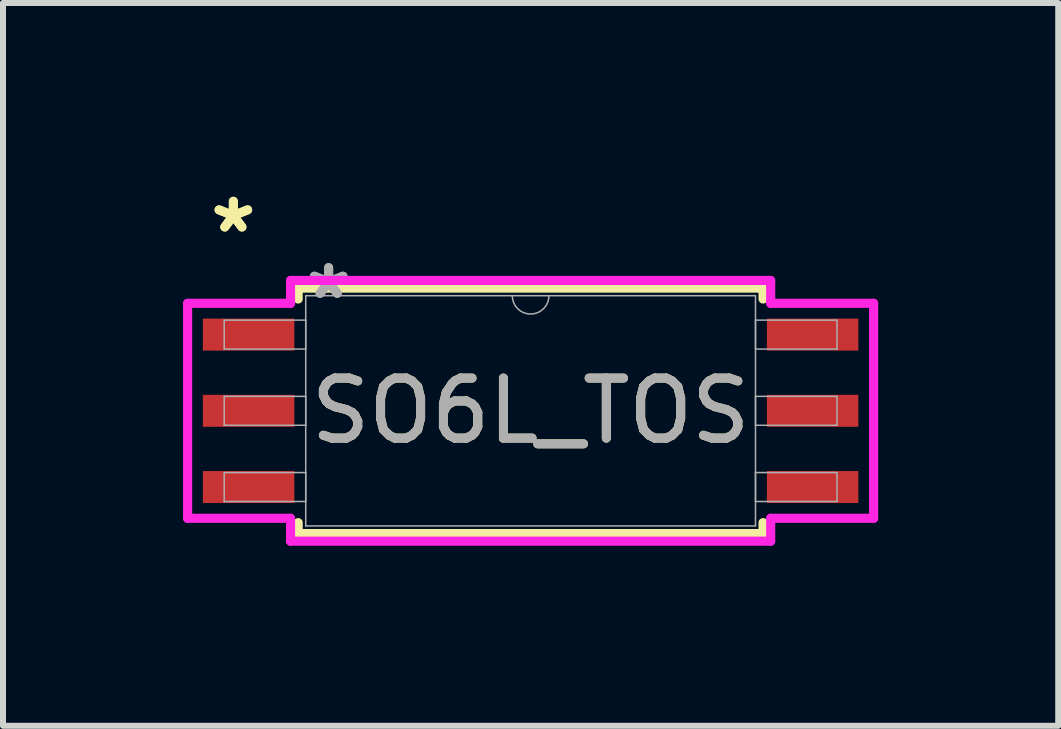
<source format=kicad_pcb>
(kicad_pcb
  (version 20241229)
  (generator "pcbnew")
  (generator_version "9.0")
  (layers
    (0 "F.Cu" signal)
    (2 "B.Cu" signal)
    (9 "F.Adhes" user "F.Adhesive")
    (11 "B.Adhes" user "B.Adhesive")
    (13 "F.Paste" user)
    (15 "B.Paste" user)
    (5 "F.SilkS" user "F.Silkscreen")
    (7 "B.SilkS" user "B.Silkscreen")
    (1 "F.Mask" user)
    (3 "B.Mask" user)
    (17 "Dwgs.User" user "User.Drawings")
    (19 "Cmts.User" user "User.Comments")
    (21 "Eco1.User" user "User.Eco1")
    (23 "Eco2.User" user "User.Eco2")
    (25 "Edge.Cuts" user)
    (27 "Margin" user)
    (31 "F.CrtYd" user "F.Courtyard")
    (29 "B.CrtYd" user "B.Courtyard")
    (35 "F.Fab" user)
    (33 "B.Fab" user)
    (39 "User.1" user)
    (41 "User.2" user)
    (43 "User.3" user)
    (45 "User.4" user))
  (footprint "SO6L_TOS"
    (layer "F.Cu")
    (at 5.791 3.795)
    (property "Reference" "SO6L_TOS" (at 0 0 0) (unlocked yes) (layer "F.SilkS") (effects (font (size 1 1) (thickness 0.15))))
    (attr smd)
    (fp_line (start -3.873 -2.045) (end -3.873 -1.863) (stroke (width 0.152) (type solid)) (layer "F.SilkS"))
    (fp_line (start -3.873 1.863) (end -3.873 2.045) (stroke (width 0.152) (type solid)) (layer "F.SilkS"))
    (fp_line (start -3.873 2.045) (end 3.873 2.045) (stroke (width 0.152) (type solid)) (layer "F.SilkS"))
    (fp_line (start 3.873 -2.045) (end -3.873 -2.045) (stroke (width 0.152) (type solid)) (layer "F.SilkS"))
    (fp_line (start 3.873 -1.863) (end 3.873 -2.045) (stroke (width 0.152) (type solid)) (layer "F.SilkS"))
    (fp_line (start 3.873 2.045) (end 3.873 1.863) (stroke (width 0.152) (type solid)) (layer "F.SilkS"))
    (fp_line (start -5.715 -1.791) (end -4 -1.791) (stroke (width 0.152) (type solid)) (layer "F.CrtYd"))
    (fp_line (start -5.715 1.791) (end -5.715 -1.791) (stroke (width 0.152) (type solid)) (layer "F.CrtYd"))
    (fp_line (start -5.715 1.791) (end -4 1.791) (stroke (width 0.152) (type solid)) (layer "F.CrtYd"))
    (fp_line (start -4 -2.172) (end 4 -2.172) (stroke (width 0.152) (type solid)) (layer "F.CrtYd"))
    (fp_line (start -4 -1.791) (end -4 -2.172) (stroke (width 0.152) (type solid)) (layer "F.CrtYd"))
    (fp_line (start -4 2.172) (end -4 1.791) (stroke (width 0.152) (type solid)) (layer "F.CrtYd"))
    (fp_line (start 4 -2.172) (end 4 -1.791) (stroke (width 0.152) (type solid)) (layer "F.CrtYd"))
    (fp_line (start 4 1.791) (end 4 2.172) (stroke (width 0.152) (type solid)) (layer "F.CrtYd"))
    (fp_line (start 4 2.172) (end -4 2.172) (stroke (width 0.152) (type solid)) (layer "F.CrtYd"))
    (fp_line (start 5.715 -1.791) (end 4 -1.791) (stroke (width 0.152) (type solid)) (layer "F.CrtYd"))
    (fp_line (start 5.715 -1.791) (end 5.715 1.791) (stroke (width 0.152) (type solid)) (layer "F.CrtYd"))
    (fp_line (start 5.715 1.791) (end 4 1.791) (stroke (width 0.152) (type solid)) (layer "F.CrtYd"))
    (fp_line (start -5.105 -1.511) (end -5.105 -1.029) (stroke (width 0.025) (type solid)) (layer "F.Fab"))
    (fp_line (start -5.105 -1.029) (end -3.747 -1.029) (stroke (width 0.025) (type solid)) (layer "F.Fab"))
    (fp_line (start -5.105 -0.241) (end -5.105 0.241) (stroke (width 0.025) (type solid)) (layer "F.Fab"))
    (fp_line (start -5.105 0.241) (end -3.747 0.241) (stroke (width 0.025) (type solid)) (layer "F.Fab"))
    (fp_line (start -5.105 1.029) (end -5.105 1.511) (stroke (width 0.025) (type solid)) (layer "F.Fab"))
    (fp_line (start -5.105 1.511) (end -3.747 1.511) (stroke (width 0.025) (type solid)) (layer "F.Fab"))
    (fp_line (start -3.747 -1.918) (end -3.747 1.918) (stroke (width 0.025) (type solid)) (layer "F.Fab"))
    (fp_line (start -3.747 -1.511) (end -5.105 -1.511) (stroke (width 0.025) (type solid)) (layer "F.Fab"))
    (fp_line (start -3.747 -1.029) (end -3.747 -1.511) (stroke (width 0.025) (type solid)) (layer "F.Fab"))
    (fp_line (start -3.747 -0.241) (end -5.105 -0.241) (stroke (width 0.025) (type solid)) (layer "F.Fab"))
    (fp_line (start -3.747 0.241) (end -3.747 -0.241) (stroke (width 0.025) (type solid)) (layer "F.Fab"))
    (fp_line (start -3.747 1.029) (end -5.105 1.029) (stroke (width 0.025) (type solid)) (layer "F.Fab"))
    (fp_line (start -3.747 1.511) (end -3.747 1.029) (stroke (width 0.025) (type solid)) (layer "F.Fab"))
    (fp_line (start -3.747 1.918) (end 3.747 1.918) (stroke (width 0.025) (type solid)) (layer "F.Fab"))
    (fp_line (start 3.747 -1.918) (end -3.747 -1.918) (stroke (width 0.025) (type solid)) (layer "F.Fab"))
    (fp_line (start 3.747 -1.511) (end 3.747 -1.029) (stroke (width 0.025) (type solid)) (layer "F.Fab"))
    (fp_line (start 3.747 -1.029) (end 5.105 -1.029) (stroke (width 0.025) (type solid)) (layer "F.Fab"))
    (fp_line (start 3.747 -0.241) (end 3.747 0.241) (stroke (width 0.025) (type solid)) (layer "F.Fab"))
    (fp_line (start 3.747 0.241) (end 5.105 0.241) (stroke (width 0.025) (type solid)) (layer "F.Fab"))
    (fp_line (start 3.747 1.029) (end 3.747 1.511) (stroke (width 0.025) (type solid)) (layer "F.Fab"))
    (fp_line (start 3.747 1.511) (end 5.105 1.511) (stroke (width 0.025) (type solid)) (layer "F.Fab"))
    (fp_line (start 3.747 1.918) (end 3.747 -1.918) (stroke (width 0.025) (type solid)) (layer "F.Fab"))
    (fp_line (start 5.105 -1.511) (end 3.747 -1.511) (stroke (width 0.025) (type solid)) (layer "F.Fab"))
    (fp_line (start 5.105 -1.029) (end 5.105 -1.511) (stroke (width 0.025) (type solid)) (layer "F.Fab"))
    (fp_line (start 5.105 -0.241) (end 3.747 -0.241) (stroke (width 0.025) (type solid)) (layer "F.Fab"))
    (fp_line (start 5.105 0.241) (end 5.105 -0.241) (stroke (width 0.025) (type solid)) (layer "F.Fab"))
    (fp_line (start 5.105 1.029) (end 3.747 1.029) (stroke (width 0.025) (type solid)) (layer "F.Fab"))
    (fp_line (start 5.105 1.511) (end 5.105 1.029) (stroke (width 0.025) (type solid)) (layer "F.Fab"))
    (fp_arc (start 0.3048 -1.9177) (mid 0 -1.6129) (end -0.3048 -1.9177) (stroke (width 0.0254) (type solid)) (layer "F.Fab"))
    (fp_text user "*" (at -4.953 -2.946 0) (unlocked yes) (layer "F.SilkS") (effects (font (size 1 1) (thickness 0.15))))
    (fp_text user "*" (at -4.953 -2.946 0) (layer "F.SilkS") (effects (font (size 1 1) (thickness 0.15))))
    (fp_text user "${REFERENCE}" (at 0 0 0) (unlocked yes) (layer "F.Fab") (effects (font (size 1 1) (thickness 0.15))))
    (fp_text user "*" (at -3.365 -1.841 0) (unlocked yes) (layer "F.Fab") (effects (font (size 1 1) (thickness 0.15))))
    (fp_text user "*" (at -3.365 -1.841 0) (layer "F.Fab") (effects (font (size 1 1) (thickness 0.15))))
    (pad "1" smd rect (at -4.699 -1.27) (size 1.524 0.533) (layers "F.Cu" "F.Mask" "F.Paste"))
    (pad "2" smd rect (at -4.699 0) (size 1.524 0.533) (layers "F.Cu" "F.Mask" "F.Paste"))
    (pad "3" smd rect (at -4.699 1.27) (size 1.524 0.533) (layers "F.Cu" "F.Mask" "F.Paste"))
    (pad "4" smd rect (at 4.699 1.27) (size 1.524 0.533) (layers "F.Cu" "F.Mask" "F.Paste"))
    (pad "5" smd rect (at 4.699 0) (size 1.524 0.533) (layers "F.Cu" "F.Mask" "F.Paste"))
    (pad "6" smd rect (at 4.699 -1.27) (size 1.524 0.533) (layers "F.Cu" "F.Mask" "F.Paste")))
  (gr_rect
    (start -3 -3)
    (end 14.582 9.043)
    (stroke (width 0.1) (type default))
    (fill no)
    (layer "Edge.Cuts")))
</source>
